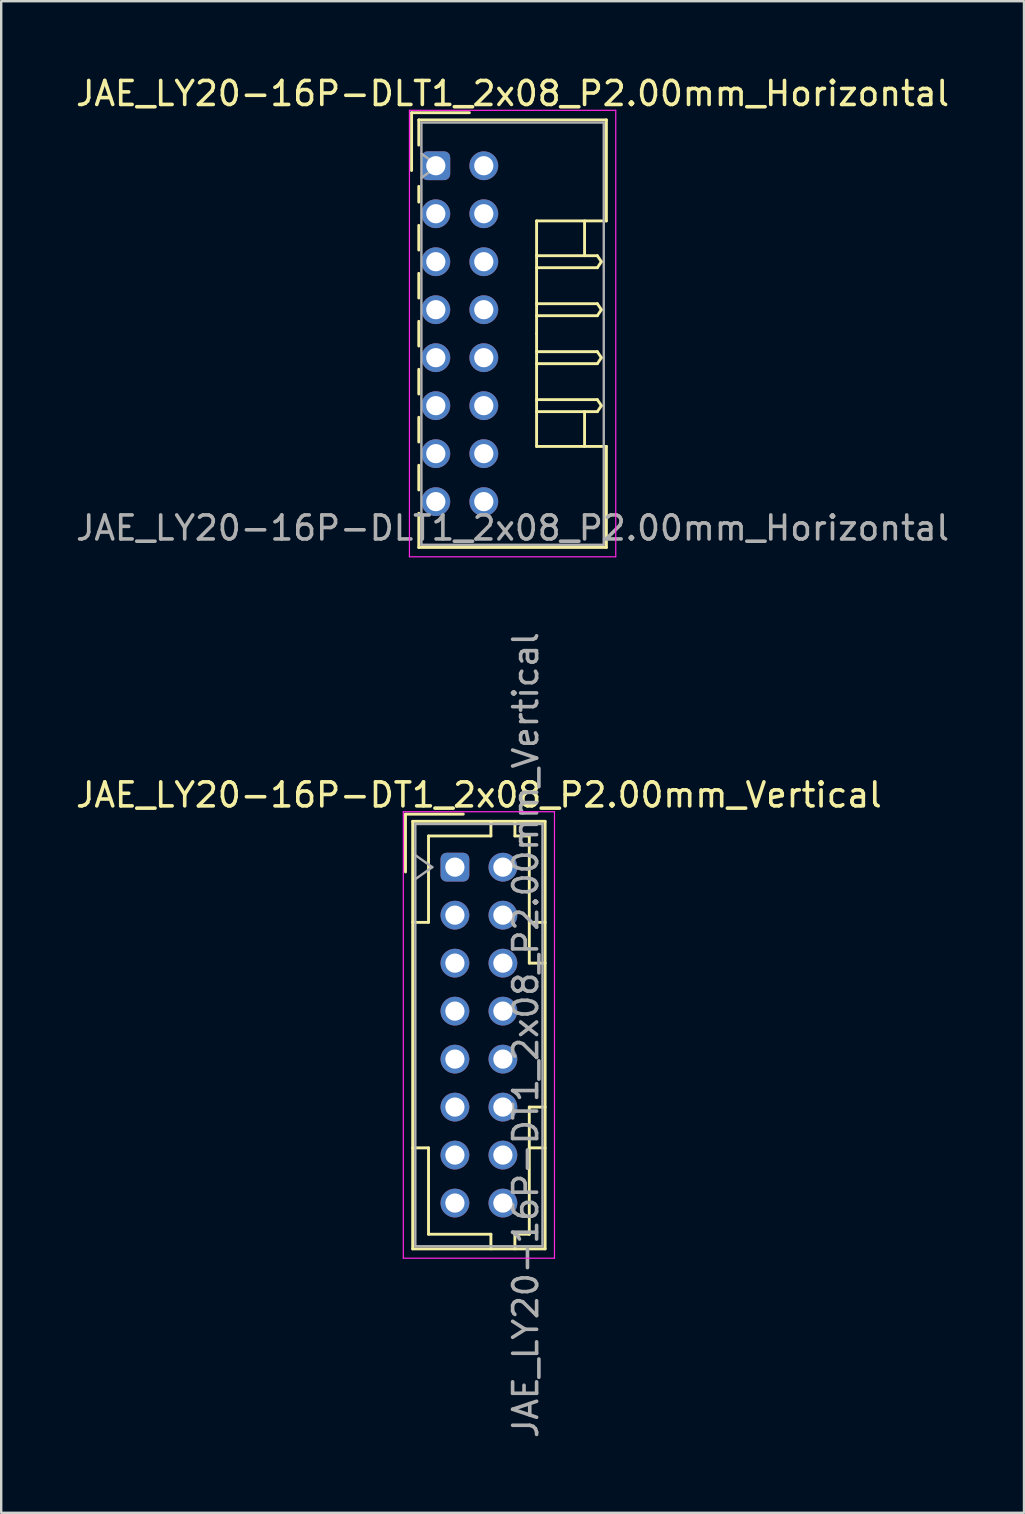
<source format=kicad_pcb>
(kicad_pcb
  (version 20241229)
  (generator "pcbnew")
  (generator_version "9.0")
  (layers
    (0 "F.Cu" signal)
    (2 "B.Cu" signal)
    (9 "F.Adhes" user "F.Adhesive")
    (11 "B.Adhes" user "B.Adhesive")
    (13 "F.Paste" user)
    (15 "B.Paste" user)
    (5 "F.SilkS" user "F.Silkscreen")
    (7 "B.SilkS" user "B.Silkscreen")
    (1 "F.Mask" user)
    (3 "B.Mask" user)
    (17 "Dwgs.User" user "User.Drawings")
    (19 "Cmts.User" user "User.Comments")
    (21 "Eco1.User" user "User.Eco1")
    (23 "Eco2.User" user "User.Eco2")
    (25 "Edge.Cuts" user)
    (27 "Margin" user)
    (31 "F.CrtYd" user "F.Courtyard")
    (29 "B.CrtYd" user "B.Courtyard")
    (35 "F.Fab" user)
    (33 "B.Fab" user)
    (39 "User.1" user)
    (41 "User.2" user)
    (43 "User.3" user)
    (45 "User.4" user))
  (footprint "JAE_LY20-16P-DLT1_2x08_P2.00mm_Horizontal"
    (layer "F.Cu")
    (at 15.115 3.858)
    (property "Reference" "JAE_LY20-16P-DLT1_2x08_P2.00mm_Horizontal" (at 3.2 -3.01 0) (layer "F.SilkS") (effects (font (size 1 1) (thickness 0.15))))
    (attr through_hole)
    (fp_line (start -1.01 -2.21) (end -1.01 0.2) (stroke (width 0.12) (type solid)) (layer "F.SilkS"))
    (fp_line (start -0.71 -1.91) (end -0.71 -0.86) (stroke (width 0.12) (type solid)) (layer "F.SilkS"))
    (fp_line (start -0.71 -1.91) (end 7.11 -1.91) (stroke (width 0.12) (type solid)) (layer "F.SilkS"))
    (fp_line (start -0.71 0.86) (end -0.71 1.515) (stroke (width 0.12) (type solid)) (layer "F.SilkS"))
    (fp_line (start -0.71 2.485) (end -0.71 3.515) (stroke (width 0.12) (type solid)) (layer "F.SilkS"))
    (fp_line (start -0.71 4.485) (end -0.71 5.515) (stroke (width 0.12) (type solid)) (layer "F.SilkS"))
    (fp_line (start -0.71 6.485) (end -0.71 7.515) (stroke (width 0.12) (type solid)) (layer "F.SilkS"))
    (fp_line (start -0.71 8.485) (end -0.71 9.515) (stroke (width 0.12) (type solid)) (layer "F.SilkS"))
    (fp_line (start -0.71 10.485) (end -0.71 11.515) (stroke (width 0.12) (type solid)) (layer "F.SilkS"))
    (fp_line (start -0.71 12.485) (end -0.71 13.515) (stroke (width 0.12) (type solid)) (layer "F.SilkS"))
    (fp_line (start -0.71 14.485) (end -0.71 15.91) (stroke (width 0.12) (type solid)) (layer "F.SilkS"))
    (fp_line (start -0.71 15.91) (end 7.11 15.91) (stroke (width 0.12) (type solid)) (layer "F.SilkS"))
    (fp_line (start 1.4 -2.21) (end -1.01 -2.21) (stroke (width 0.12) (type solid)) (layer "F.SilkS"))
    (fp_line (start 4.2 2.3) (end 4.2 7) (stroke (width 0.12) (type solid)) (layer "F.SilkS"))
    (fp_line (start 4.2 3.75) (end 6.733 3.75) (stroke (width 0.12) (type solid)) (layer "F.SilkS"))
    (fp_line (start 4.2 5.75) (end 6.733 5.75) (stroke (width 0.12) (type solid)) (layer "F.SilkS"))
    (fp_line (start 4.2 7.75) (end 6.733 7.75) (stroke (width 0.12) (type solid)) (layer "F.SilkS"))
    (fp_line (start 4.2 9.75) (end 6.733 9.75) (stroke (width 0.12) (type solid)) (layer "F.SilkS"))
    (fp_line (start 4.2 11.7) (end 4.2 7) (stroke (width 0.12) (type solid)) (layer "F.SilkS"))
    (fp_line (start 6.2 2.3) (end 6.2 3.75) (stroke (width 0.12) (type solid)) (layer "F.SilkS"))
    (fp_line (start 6.2 11.7) (end 6.2 10.25) (stroke (width 0.12) (type solid)) (layer "F.SilkS"))
    (fp_line (start 6.733 3.75) (end 6.9 4) (stroke (width 0.12) (type solid)) (layer "F.SilkS"))
    (fp_line (start 6.733 4.25) (end 4.2 4.25) (stroke (width 0.12) (type solid)) (layer "F.SilkS"))
    (fp_line (start 6.733 5.75) (end 6.9 6) (stroke (width 0.12) (type solid)) (layer "F.SilkS"))
    (fp_line (start 6.733 6.25) (end 4.2 6.25) (stroke (width 0.12) (type solid)) (layer "F.SilkS"))
    (fp_line (start 6.733 7.75) (end 6.9 8) (stroke (width 0.12) (type solid)) (layer "F.SilkS"))
    (fp_line (start 6.733 8.25) (end 4.2 8.25) (stroke (width 0.12) (type solid)) (layer "F.SilkS"))
    (fp_line (start 6.733 9.75) (end 6.9 10) (stroke (width 0.12) (type solid)) (layer "F.SilkS"))
    (fp_line (start 6.733 10.25) (end 4.2 10.25) (stroke (width 0.12) (type solid)) (layer "F.SilkS"))
    (fp_line (start 6.9 4) (end 6.733 4.25) (stroke (width 0.12) (type solid)) (layer "F.SilkS"))
    (fp_line (start 6.9 6) (end 6.733 6.25) (stroke (width 0.12) (type solid)) (layer "F.SilkS"))
    (fp_line (start 6.9 8) (end 6.733 8.25) (stroke (width 0.12) (type solid)) (layer "F.SilkS"))
    (fp_line (start 6.9 10) (end 6.733 10.25) (stroke (width 0.12) (type solid)) (layer "F.SilkS"))
    (fp_line (start 7.11 -1.91) (end 7.11 2.3) (stroke (width 0.12) (type solid)) (layer "F.SilkS"))
    (fp_line (start 7.11 2.3) (end 4.2 2.3) (stroke (width 0.12) (type solid)) (layer "F.SilkS"))
    (fp_line (start 7.11 11.7) (end 4.2 11.7) (stroke (width 0.12) (type solid)) (layer "F.SilkS"))
    (fp_line (start 7.11 15.91) (end 7.11 11.7) (stroke (width 0.12) (type solid)) (layer "F.SilkS"))
    (fp_line (start -1.1 -2.31) (end -1.1 16.3) (stroke (width 0.05) (type solid)) (layer "F.CrtYd"))
    (fp_line (start -1.1 16.3) (end 7.5 16.3) (stroke (width 0.05) (type solid)) (layer "F.CrtYd"))
    (fp_line (start 7.5 -2.31) (end -1.1 -2.31) (stroke (width 0.05) (type solid)) (layer "F.CrtYd"))
    (fp_line (start 7.5 16.3) (end 7.5 -2.31) (stroke (width 0.05) (type solid)) (layer "F.CrtYd"))
    (fp_line (start -0.6 -1.8) (end -0.6 15.8) (stroke (width 0.1) (type solid)) (layer "F.Fab"))
    (fp_line (start -0.6 0.5) (end 0.107 0) (stroke (width 0.1) (type solid)) (layer "F.Fab"))
    (fp_line (start -0.6 15.8) (end 7 15.8) (stroke (width 0.1) (type solid)) (layer "F.Fab"))
    (fp_line (start 0.107 0) (end -0.6 -0.5) (stroke (width 0.1) (type solid)) (layer "F.Fab"))
    (fp_line (start 7 -1.8) (end -0.6 -1.8) (stroke (width 0.1) (type solid)) (layer "F.Fab"))
    (fp_line (start 7 15.8) (end 7 -1.8) (stroke (width 0.1) (type solid)) (layer "F.Fab"))
    (fp_text user "${REFERENCE}" (at 3.2 15.1 0) (layer "F.Fab") (effects (font (size 1 1) (thickness 0.15))))
    (pad "a1" thru_hole roundrect (at 0 0) (size 1.2 1.2) (drill 0.8) (layers "*.Cu" "*.Mask") (roundrect_rratio 0.208))
    (pad "a2" thru_hole circle (at 0 2) (size 1.2 1.2) (drill 0.8) (layers "*.Cu" "*.Mask"))
    (pad "a3" thru_hole circle (at 0 4) (size 1.2 1.2) (drill 0.8) (layers "*.Cu" "*.Mask"))
    (pad "a4" thru_hole circle (at 0 6) (size 1.2 1.2) (drill 0.8) (layers "*.Cu" "*.Mask"))
    (pad "a5" thru_hole circle (at 0 8) (size 1.2 1.2) (drill 0.8) (layers "*.Cu" "*.Mask"))
    (pad "a6" thru_hole circle (at 0 10) (size 1.2 1.2) (drill 0.8) (layers "*.Cu" "*.Mask"))
    (pad "a7" thru_hole circle (at 0 12) (size 1.2 1.2) (drill 0.8) (layers "*.Cu" "*.Mask"))
    (pad "a8" thru_hole circle (at 0 14) (size 1.2 1.2) (drill 0.8) (layers "*.Cu" "*.Mask"))
    (pad "b1" thru_hole circle (at 2 0) (size 1.2 1.2) (drill 0.8) (layers "*.Cu" "*.Mask"))
    (pad "b2" thru_hole circle (at 2 2) (size 1.2 1.2) (drill 0.8) (layers "*.Cu" "*.Mask"))
    (pad "b3" thru_hole circle (at 2 4) (size 1.2 1.2) (drill 0.8) (layers "*.Cu" "*.Mask"))
    (pad "b4" thru_hole circle (at 2 6) (size 1.2 1.2) (drill 0.8) (layers "*.Cu" "*.Mask"))
    (pad "b5" thru_hole circle (at 2 8) (size 1.2 1.2) (drill 0.8) (layers "*.Cu" "*.Mask"))
    (pad "b6" thru_hole circle (at 2 10) (size 1.2 1.2) (drill 0.8) (layers "*.Cu" "*.Mask"))
    (pad "b7" thru_hole circle (at 2 12) (size 1.2 1.2) (drill 0.8) (layers "*.Cu" "*.Mask"))
    (pad "b8" thru_hole circle (at 2 14) (size 1.2 1.2) (drill 0.8) (layers "*.Cu" "*.Mask")))
  (footprint "JAE_LY20-16P-DT1_2x08_P2.00mm_Vertical"
    (layer "F.Cu")
    (at 15.911 33.094)
    (property "Reference" "JAE_LY20-16P-DT1_2x08_P2.00mm_Vertical" (at 1 -3.01 0) (layer "F.SilkS") (effects (font (size 1 1) (thickness 0.15))))
    (attr through_hole)
    (fp_line (start -2.06 -2.21) (end -2.06 0.2) (stroke (width 0.12) (type solid)) (layer "F.SilkS"))
    (fp_line (start -1.76 -1.91) (end -1.76 15.91) (stroke (width 0.12) (type solid)) (layer "F.SilkS"))
    (fp_line (start -1.76 15.91) (end 3.76 15.91) (stroke (width 0.12) (type solid)) (layer "F.SilkS"))
    (fp_line (start -1.1 -1.3) (end -1.1 2.3) (stroke (width 0.12) (type solid)) (layer "F.SilkS"))
    (fp_line (start -1.1 2.3) (end -1.76 2.3) (stroke (width 0.12) (type solid)) (layer "F.SilkS"))
    (fp_line (start -1.1 11.7) (end -1.76 11.7) (stroke (width 0.12) (type solid)) (layer "F.SilkS"))
    (fp_line (start -1.1 15.3) (end -1.1 11.7) (stroke (width 0.12) (type solid)) (layer "F.SilkS"))
    (fp_line (start 0.35 -2.21) (end -2.06 -2.21) (stroke (width 0.12) (type solid)) (layer "F.SilkS"))
    (fp_line (start 1.5 -1.91) (end 1.5 -1.3) (stroke (width 0.12) (type solid)) (layer "F.SilkS"))
    (fp_line (start 1.5 -1.3) (end -1.1 -1.3) (stroke (width 0.12) (type solid)) (layer "F.SilkS"))
    (fp_line (start 1.5 15.3) (end -1.1 15.3) (stroke (width 0.12) (type solid)) (layer "F.SilkS"))
    (fp_line (start 1.5 15.91) (end 1.5 15.3) (stroke (width 0.12) (type solid)) (layer "F.SilkS"))
    (fp_line (start 2.5 -1.91) (end 2.5 -1.3) (stroke (width 0.12) (type solid)) (layer "F.SilkS"))
    (fp_line (start 2.5 -1.3) (end 3.1 -1.3) (stroke (width 0.12) (type solid)) (layer "F.SilkS"))
    (fp_line (start 2.5 15.3) (end 3.1 15.3) (stroke (width 0.12) (type solid)) (layer "F.SilkS"))
    (fp_line (start 2.5 15.91) (end 2.5 15.3) (stroke (width 0.12) (type solid)) (layer "F.SilkS"))
    (fp_line (start 3.1 -1.3) (end 3.1 4) (stroke (width 0.12) (type solid)) (layer "F.SilkS"))
    (fp_line (start 3.1 4) (end 3.76 4) (stroke (width 0.12) (type solid)) (layer "F.SilkS"))
    (fp_line (start 3.1 10) (end 3.76 10) (stroke (width 0.12) (type solid)) (layer "F.SilkS"))
    (fp_line (start 3.1 15.3) (end 3.1 10) (stroke (width 0.12) (type solid)) (layer "F.SilkS"))
    (fp_line (start 3.76 -1.91) (end -1.76 -1.91) (stroke (width 0.12) (type solid)) (layer "F.SilkS"))
    (fp_line (start 3.76 2.3) (end 3.1 2.3) (stroke (width 0.12) (type solid)) (layer "F.SilkS"))
    (fp_line (start 3.76 11.7) (end 3.1 11.7) (stroke (width 0.12) (type solid)) (layer "F.SilkS"))
    (fp_line (start 3.76 15.91) (end 3.76 -1.91) (stroke (width 0.12) (type solid)) (layer "F.SilkS"))
    (fp_line (start -2.15 -2.31) (end -2.15 16.3) (stroke (width 0.05) (type solid)) (layer "F.CrtYd"))
    (fp_line (start -2.15 16.3) (end 4.15 16.3) (stroke (width 0.05) (type solid)) (layer "F.CrtYd"))
    (fp_line (start 4.15 -2.31) (end -2.15 -2.31) (stroke (width 0.05) (type solid)) (layer "F.CrtYd"))
    (fp_line (start 4.15 16.3) (end 4.15 -2.31) (stroke (width 0.05) (type solid)) (layer "F.CrtYd"))
    (fp_line (start -1.65 -1.8) (end -1.65 15.8) (stroke (width 0.1) (type solid)) (layer "F.Fab"))
    (fp_line (start -1.65 0.5) (end -0.943 0) (stroke (width 0.1) (type solid)) (layer "F.Fab"))
    (fp_line (start -1.65 15.8) (end 3.65 15.8) (stroke (width 0.1) (type solid)) (layer "F.Fab"))
    (fp_line (start -0.943 0) (end -1.65 -0.5) (stroke (width 0.1) (type solid)) (layer "F.Fab"))
    (fp_line (start 3.65 -1.8) (end -1.65 -1.8) (stroke (width 0.1) (type solid)) (layer "F.Fab"))
    (fp_line (start 3.65 15.8) (end 3.65 -1.8) (stroke (width 0.1) (type solid)) (layer "F.Fab"))
    (fp_text user "${REFERENCE}" (at 2.95 7 90) (layer "F.Fab") (effects (font (size 1 1) (thickness 0.15))))
    (pad "a1" thru_hole roundrect (at 0 0) (size 1.2 1.2) (drill 0.8) (layers "*.Cu" "*.Mask") (roundrect_rratio 0.208))
    (pad "a2" thru_hole circle (at 0 2) (size 1.2 1.2) (drill 0.8) (layers "*.Cu" "*.Mask"))
    (pad "a3" thru_hole circle (at 0 4) (size 1.2 1.2) (drill 0.8) (layers "*.Cu" "*.Mask"))
    (pad "a4" thru_hole circle (at 0 6) (size 1.2 1.2) (drill 0.8) (layers "*.Cu" "*.Mask"))
    (pad "a5" thru_hole circle (at 0 8) (size 1.2 1.2) (drill 0.8) (layers "*.Cu" "*.Mask"))
    (pad "a6" thru_hole circle (at 0 10) (size 1.2 1.2) (drill 0.8) (layers "*.Cu" "*.Mask"))
    (pad "a7" thru_hole circle (at 0 12) (size 1.2 1.2) (drill 0.8) (layers "*.Cu" "*.Mask"))
    (pad "a8" thru_hole circle (at 0 14) (size 1.2 1.2) (drill 0.8) (layers "*.Cu" "*.Mask"))
    (pad "b1" thru_hole circle (at 2 0) (size 1.2 1.2) (drill 0.8) (layers "*.Cu" "*.Mask"))
    (pad "b2" thru_hole circle (at 2 2) (size 1.2 1.2) (drill 0.8) (layers "*.Cu" "*.Mask"))
    (pad "b3" thru_hole circle (at 2 4) (size 1.2 1.2) (drill 0.8) (layers "*.Cu" "*.Mask"))
    (pad "b4" thru_hole circle (at 2 6) (size 1.2 1.2) (drill 0.8) (layers "*.Cu" "*.Mask"))
    (pad "b5" thru_hole circle (at 2 8) (size 1.2 1.2) (drill 0.8) (layers "*.Cu" "*.Mask"))
    (pad "b6" thru_hole circle (at 2 10) (size 1.2 1.2) (drill 0.8) (layers "*.Cu" "*.Mask"))
    (pad "b7" thru_hole circle (at 2 12) (size 1.2 1.2) (drill 0.8) (layers "*.Cu" "*.Mask"))
    (pad "b8" thru_hole circle (at 2 14) (size 1.2 1.2) (drill 0.8) (layers "*.Cu" "*.Mask")))
  (gr_rect
    (start -3 -3)
    (end 39.631 60.005)
    (stroke (width 0.1) (type default))
    (fill no)
    (layer "Edge.Cuts")))
</source>
